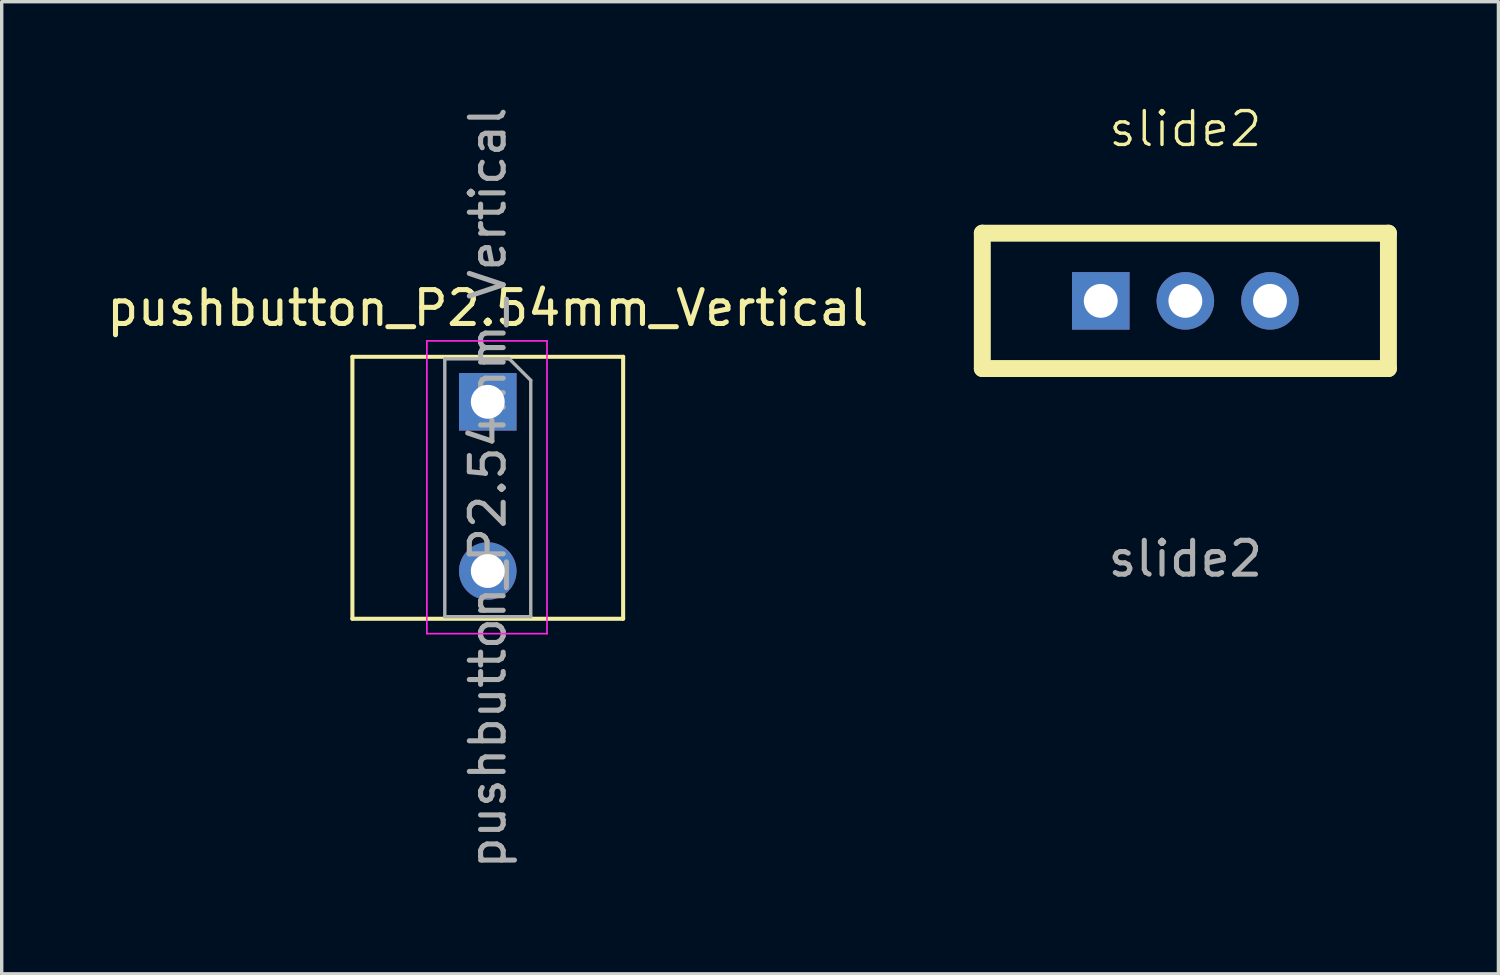
<source format=kicad_pcb>
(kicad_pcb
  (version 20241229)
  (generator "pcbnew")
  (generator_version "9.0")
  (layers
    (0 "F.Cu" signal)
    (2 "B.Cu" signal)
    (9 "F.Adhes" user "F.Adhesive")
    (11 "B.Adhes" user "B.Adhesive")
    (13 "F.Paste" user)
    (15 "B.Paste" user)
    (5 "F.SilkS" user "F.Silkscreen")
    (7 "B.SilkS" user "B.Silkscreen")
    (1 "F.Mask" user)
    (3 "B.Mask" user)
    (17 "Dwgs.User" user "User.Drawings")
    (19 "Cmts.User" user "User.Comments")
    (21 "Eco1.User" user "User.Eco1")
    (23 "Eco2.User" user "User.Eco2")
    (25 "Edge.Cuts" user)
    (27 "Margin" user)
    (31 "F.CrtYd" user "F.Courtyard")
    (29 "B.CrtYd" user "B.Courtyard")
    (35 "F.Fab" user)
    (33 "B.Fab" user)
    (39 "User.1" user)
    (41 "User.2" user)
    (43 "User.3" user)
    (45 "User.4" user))
  (footprint "pushbutton_P2.54mm_Vertical"
    (layer "F.Cu")
    (at 11.363 8.823)
    (property "Reference" "pushbutton_P2.54mm_Vertical" (at 0 -2.77 0) (layer "F.SilkS") (effects (font (size 1 1) (thickness 0.15))))
    (attr through_hole)
    (fp_line (start -4 -1.33) (end -4 6.41) (stroke (width 0.12) (type solid)) (layer "F.SilkS"))
    (fp_line (start -4 -1.33) (end 4 -1.33) (stroke (width 0.12) (type solid)) (layer "F.SilkS"))
    (fp_line (start -4 6.41) (end 4 6.41) (stroke (width 0.12) (type solid)) (layer "F.SilkS"))
    (fp_line (start 4 -1.33) (end 4 6.41) (stroke (width 0.12) (type solid)) (layer "F.SilkS"))
    (fp_line (start -1.8 -1.8) (end 1.75 -1.8) (stroke (width 0.05) (type solid)) (layer "F.CrtYd"))
    (fp_line (start -1.8 6.85) (end -1.8 -1.8) (stroke (width 0.05) (type solid)) (layer "F.CrtYd"))
    (fp_line (start 1.75 -1.8) (end 1.75 6.85) (stroke (width 0.05) (type solid)) (layer "F.CrtYd"))
    (fp_line (start 1.75 6.85) (end -1.8 6.85) (stroke (width 0.05) (type solid)) (layer "F.CrtYd"))
    (fp_line (start -1.27 -1.27) (end 0.635 -1.27) (stroke (width 0.1) (type solid)) (layer "F.Fab"))
    (fp_line (start -1.27 6.35) (end -1.27 -1.27) (stroke (width 0.1) (type solid)) (layer "F.Fab"))
    (fp_line (start 0.635 -1.27) (end 1.27 -0.635) (stroke (width 0.1) (type solid)) (layer "F.Fab"))
    (fp_line (start 1.27 -0.635) (end 1.27 6.35) (stroke (width 0.1) (type solid)) (layer "F.Fab"))
    (fp_line (start 1.27 6.35) (end -1.27 6.35) (stroke (width 0.1) (type solid)) (layer "F.Fab"))
    (fp_text user "${REFERENCE}" (at 0 2.54 90) (layer "F.Fab") (effects (font (size 1 1) (thickness 0.15))))
    (pad "1" thru_hole rect (at 0 0) (size 1.7 1.7) (drill 1) (layers "*.Cu" "*.Mask"))
    (pad "2" thru_hole circle (at 0 5) (size 1.7 1.7) (drill 1) (layers "*.Cu" "*.Mask")))
  (footprint "slide2"
    (layer "F.Cu")
    (at 31.976 5.84)
    (property "Reference" "slide2" (at 0 -5.08 0) (unlocked yes) (layer "F.SilkS") (effects (font (size 1 1) (thickness 0.1))))
    (attr through_hole)
    (fp_line (start -6 -2) (end 6 -2) (stroke (width 0.5) (type default)) (layer "F.SilkS"))
    (fp_line (start -6 2) (end -6 -2) (stroke (width 0.5) (type default)) (layer "F.SilkS"))
    (fp_line (start 6 -2) (end 6 2) (stroke (width 0.5) (type default)) (layer "F.SilkS"))
    (fp_line (start 6 2) (end -6 2) (stroke (width 0.5) (type default)) (layer "F.SilkS"))
    (fp_text user "${REFERENCE}" (at 0 7.62 0) (unlocked yes) (layer "F.Fab") (effects (font (size 1 1) (thickness 0.15))))
    (pad "1" thru_hole rect (at -2.5 0) (size 1.7 1.7) (drill 1) (layers "*.Cu" "*.Mask"))
    (pad "2" thru_hole circle (at 0 0) (size 1.7 1.7) (drill 1) (layers "*.Cu" "*.Mask"))
    (pad "3" thru_hole circle (at 2.5 0) (size 1.7 1.7) (drill 1) (layers "*.Cu" "*.Mask")))
  (gr_rect
    (start -3 -3)
    (end 41.226 25.726)
    (stroke (width 0.1) (type default))
    (fill no)
    (layer "Edge.Cuts")))
</source>
